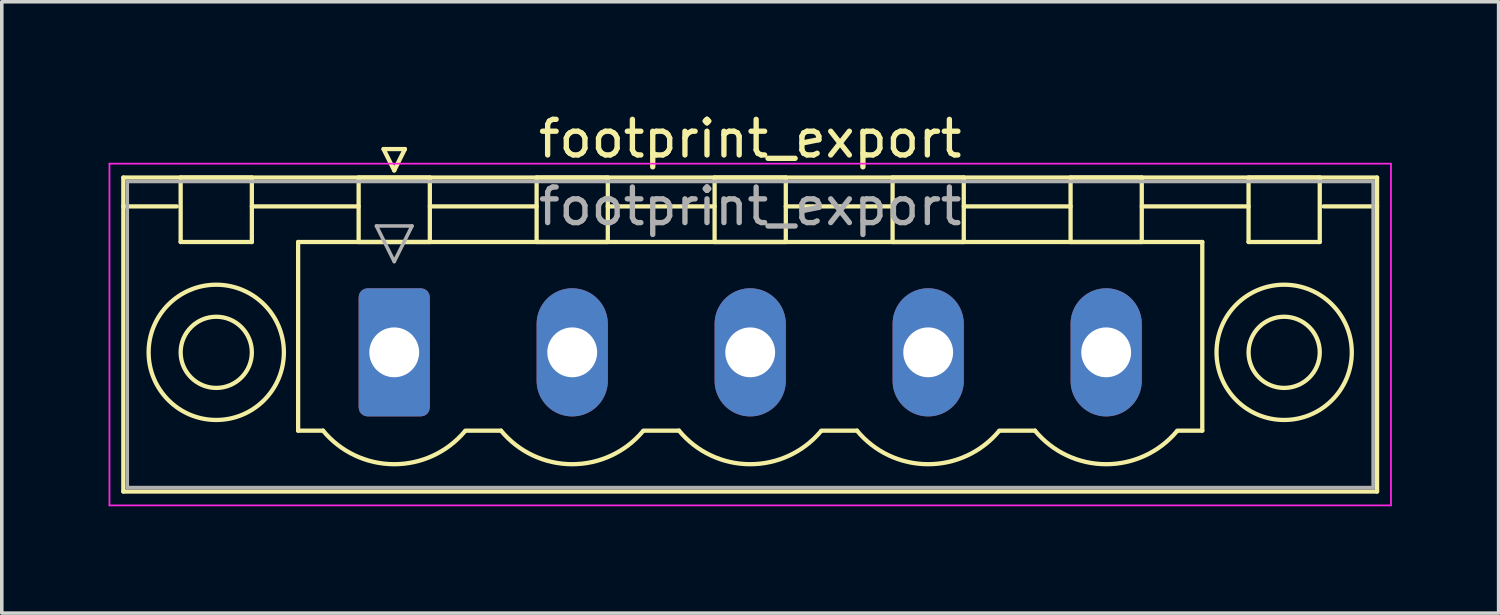
<source format=kicad_pcb>
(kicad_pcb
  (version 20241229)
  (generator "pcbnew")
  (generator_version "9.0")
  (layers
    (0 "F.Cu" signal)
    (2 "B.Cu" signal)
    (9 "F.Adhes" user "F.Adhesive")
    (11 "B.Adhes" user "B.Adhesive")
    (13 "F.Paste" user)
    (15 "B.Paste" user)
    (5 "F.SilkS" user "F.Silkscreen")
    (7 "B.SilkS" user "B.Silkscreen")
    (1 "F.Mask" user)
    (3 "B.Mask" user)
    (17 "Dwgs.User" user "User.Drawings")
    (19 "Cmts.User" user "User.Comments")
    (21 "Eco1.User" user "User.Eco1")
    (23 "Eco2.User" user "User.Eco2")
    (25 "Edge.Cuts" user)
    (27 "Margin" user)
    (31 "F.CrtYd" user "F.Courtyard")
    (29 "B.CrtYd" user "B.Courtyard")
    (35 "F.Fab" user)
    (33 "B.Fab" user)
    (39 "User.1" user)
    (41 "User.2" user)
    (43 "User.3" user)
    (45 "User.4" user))
  (footprint "footprint_export"
    (layer "F.Cu")
    (at 8.025 6.848)
    (property "Reference" "footprint_export" (at 10 -6 0) (layer "F.SilkS") (effects (font (size 1 1) (thickness 0.15))))
    (attr through_hole)
    (fp_line (start -7.61 -4.91) (end -7.61 3.91) (stroke (width 0.12) (type solid)) (layer "F.SilkS"))
    (fp_line (start -7.61 -4.1) (end -6.11 -4.1) (stroke (width 0.12) (type solid)) (layer "F.SilkS"))
    (fp_line (start -7.61 3.91) (end 27.61 3.91) (stroke (width 0.12) (type solid)) (layer "F.SilkS"))
    (fp_line (start -6 -4.91) (end -4 -4.91) (stroke (width 0.12) (type solid)) (layer "F.SilkS"))
    (fp_line (start -6 -3.1) (end -6 -4.91) (stroke (width 0.12) (type solid)) (layer "F.SilkS"))
    (fp_line (start -4 -4.91) (end -4 -3.1) (stroke (width 0.12) (type solid)) (layer "F.SilkS"))
    (fp_line (start -4 -4.1) (end -1 -4.1) (stroke (width 0.12) (type solid)) (layer "F.SilkS"))
    (fp_line (start -4 -3.1) (end -6 -3.1) (stroke (width 0.12) (type solid)) (layer "F.SilkS"))
    (fp_line (start -2.7 -3.1) (end 22.7 -3.1) (stroke (width 0.12) (type solid)) (layer "F.SilkS"))
    (fp_line (start -2.7 2.2) (end -2.7 -3.1) (stroke (width 0.12) (type solid)) (layer "F.SilkS"))
    (fp_line (start -2 2.2) (end -2.7 2.2) (stroke (width 0.12) (type solid)) (layer "F.SilkS"))
    (fp_line (start -1 -4.91) (end 1 -4.91) (stroke (width 0.12) (type solid)) (layer "F.SilkS"))
    (fp_line (start -1 -3.1) (end -1 -4.91) (stroke (width 0.12) (type solid)) (layer "F.SilkS"))
    (fp_line (start -0.3 -5.71) (end 0.3 -5.71) (stroke (width 0.12) (type solid)) (layer "F.SilkS"))
    (fp_line (start 0 -5.11) (end -0.3 -5.71) (stroke (width 0.12) (type solid)) (layer "F.SilkS"))
    (fp_line (start 0.3 -5.71) (end 0 -5.11) (stroke (width 0.12) (type solid)) (layer "F.SilkS"))
    (fp_line (start 1 -4.91) (end 1 -3.1) (stroke (width 0.12) (type solid)) (layer "F.SilkS"))
    (fp_line (start 1 -4.1) (end 4 -4.1) (stroke (width 0.12) (type solid)) (layer "F.SilkS"))
    (fp_line (start 1 -3.1) (end -1 -3.1) (stroke (width 0.12) (type solid)) (layer "F.SilkS"))
    (fp_line (start 2 2.2) (end 3 2.2) (stroke (width 0.12) (type solid)) (layer "F.SilkS"))
    (fp_line (start 4 -4.91) (end 6 -4.91) (stroke (width 0.12) (type solid)) (layer "F.SilkS"))
    (fp_line (start 4 -3.1) (end 4 -4.91) (stroke (width 0.12) (type solid)) (layer "F.SilkS"))
    (fp_line (start 6 -4.91) (end 6 -3.1) (stroke (width 0.12) (type solid)) (layer "F.SilkS"))
    (fp_line (start 6 -4.1) (end 9 -4.1) (stroke (width 0.12) (type solid)) (layer "F.SilkS"))
    (fp_line (start 6 -3.1) (end 4 -3.1) (stroke (width 0.12) (type solid)) (layer "F.SilkS"))
    (fp_line (start 7 2.2) (end 8 2.2) (stroke (width 0.12) (type solid)) (layer "F.SilkS"))
    (fp_line (start 9 -4.91) (end 11 -4.91) (stroke (width 0.12) (type solid)) (layer "F.SilkS"))
    (fp_line (start 9 -3.1) (end 9 -4.91) (stroke (width 0.12) (type solid)) (layer "F.SilkS"))
    (fp_line (start 11 -4.91) (end 11 -3.1) (stroke (width 0.12) (type solid)) (layer "F.SilkS"))
    (fp_line (start 11 -4.1) (end 14 -4.1) (stroke (width 0.12) (type solid)) (layer "F.SilkS"))
    (fp_line (start 11 -3.1) (end 9 -3.1) (stroke (width 0.12) (type solid)) (layer "F.SilkS"))
    (fp_line (start 12 2.2) (end 13 2.2) (stroke (width 0.12) (type solid)) (layer "F.SilkS"))
    (fp_line (start 14 -4.91) (end 16 -4.91) (stroke (width 0.12) (type solid)) (layer "F.SilkS"))
    (fp_line (start 14 -3.1) (end 14 -4.91) (stroke (width 0.12) (type solid)) (layer "F.SilkS"))
    (fp_line (start 16 -4.91) (end 16 -3.1) (stroke (width 0.12) (type solid)) (layer "F.SilkS"))
    (fp_line (start 16 -4.1) (end 19 -4.1) (stroke (width 0.12) (type solid)) (layer "F.SilkS"))
    (fp_line (start 16 -3.1) (end 14 -3.1) (stroke (width 0.12) (type solid)) (layer "F.SilkS"))
    (fp_line (start 17 2.2) (end 18 2.2) (stroke (width 0.12) (type solid)) (layer "F.SilkS"))
    (fp_line (start 19 -4.91) (end 21 -4.91) (stroke (width 0.12) (type solid)) (layer "F.SilkS"))
    (fp_line (start 19 -3.1) (end 19 -4.91) (stroke (width 0.12) (type solid)) (layer "F.SilkS"))
    (fp_line (start 21 -4.91) (end 21 -3.1) (stroke (width 0.12) (type solid)) (layer "F.SilkS"))
    (fp_line (start 21 -4.1) (end 24 -4.1) (stroke (width 0.12) (type solid)) (layer "F.SilkS"))
    (fp_line (start 21 -3.1) (end 19 -3.1) (stroke (width 0.12) (type solid)) (layer "F.SilkS"))
    (fp_line (start 22.7 -3.1) (end 22.7 2.2) (stroke (width 0.12) (type solid)) (layer "F.SilkS"))
    (fp_line (start 22.7 2.2) (end 22 2.2) (stroke (width 0.12) (type solid)) (layer "F.SilkS"))
    (fp_line (start 24 -4.91) (end 26 -4.91) (stroke (width 0.12) (type solid)) (layer "F.SilkS"))
    (fp_line (start 24 -3.1) (end 24 -4.91) (stroke (width 0.12) (type solid)) (layer "F.SilkS"))
    (fp_line (start 26 -4.91) (end 26 -3.1) (stroke (width 0.12) (type solid)) (layer "F.SilkS"))
    (fp_line (start 26 -3.1) (end 24 -3.1) (stroke (width 0.12) (type solid)) (layer "F.SilkS"))
    (fp_line (start 27.61 -4.91) (end -7.61 -4.91) (stroke (width 0.12) (type solid)) (layer "F.SilkS"))
    (fp_line (start 27.61 -4.1) (end 26.11 -4.1) (stroke (width 0.12) (type solid)) (layer "F.SilkS"))
    (fp_line (start 27.61 3.91) (end 27.61 -4.91) (stroke (width 0.12) (type solid)) (layer "F.SilkS"))
    (fp_arc (start 1.986842 2.215821) (mid -0.010289 3.142758) (end -2 2.2) (stroke (width 0.12) (type solid)) (layer "F.SilkS"))
    (fp_arc (start 6.986842 2.215821) (mid 4.989711 3.142758) (end 3 2.2) (stroke (width 0.12) (type solid)) (layer "F.SilkS"))
    (fp_arc (start 11.986842 2.215821) (mid 9.989711 3.142758) (end 8 2.2) (stroke (width 0.12) (type solid)) (layer "F.SilkS"))
    (fp_arc (start 16.986842 2.215821) (mid 14.989711 3.142758) (end 13 2.2) (stroke (width 0.12) (type solid)) (layer "F.SilkS"))
    (fp_arc (start 21.986842 2.215821) (mid 19.989711 3.142758) (end 18 2.2) (stroke (width 0.12) (type solid)) (layer "F.SilkS"))
    (fp_circle (center -5 0) (end -4 0) (stroke (width 0.12) (type solid)) (fill no) (layer "F.SilkS"))
    (fp_circle (center -5 0) (end -3.1 0) (stroke (width 0.12) (type solid)) (fill no) (layer "F.SilkS"))
    (fp_circle (center 25 0) (end 26 0) (stroke (width 0.12) (type solid)) (fill no) (layer "F.SilkS"))
    (fp_circle (center 25 0) (end 26.9 0) (stroke (width 0.12) (type solid)) (fill no) (layer "F.SilkS"))
    (fp_line (start -8 -5.3) (end -8 4.3) (stroke (width 0.05) (type solid)) (layer "F.CrtYd"))
    (fp_line (start -8 4.3) (end 28 4.3) (stroke (width 0.05) (type solid)) (layer "F.CrtYd"))
    (fp_line (start 28 -5.3) (end -8 -5.3) (stroke (width 0.05) (type solid)) (layer "F.CrtYd"))
    (fp_line (start 28 4.3) (end 28 -5.3) (stroke (width 0.05) (type solid)) (layer "F.CrtYd"))
    (fp_line (start -7.5 -4.8) (end -7.5 3.8) (stroke (width 0.1) (type solid)) (layer "F.Fab"))
    (fp_line (start -7.5 3.8) (end 27.5 3.8) (stroke (width 0.1) (type solid)) (layer "F.Fab"))
    (fp_line (start -0.5 -3.55) (end 0.5 -3.55) (stroke (width 0.1) (type solid)) (layer "F.Fab"))
    (fp_line (start 0 -2.55) (end -0.5 -3.55) (stroke (width 0.1) (type solid)) (layer "F.Fab"))
    (fp_line (start 0.5 -3.55) (end 0 -2.55) (stroke (width 0.1) (type solid)) (layer "F.Fab"))
    (fp_line (start 27.5 -4.8) (end -7.5 -4.8) (stroke (width 0.1) (type solid)) (layer "F.Fab"))
    (fp_line (start 27.5 3.8) (end 27.5 -4.8) (stroke (width 0.1) (type solid)) (layer "F.Fab"))
    (fp_text user "${REFERENCE}" (at 10 -4.1 0) (layer "F.Fab") (effects (font (size 1 1) (thickness 0.15))))
    (pad "1" thru_hole roundrect (at 0 0) (size 2 3.6) (drill 1.4) (layers "*.Cu" "*.Mask") (roundrect_rratio 0.125))
    (pad "2" thru_hole oval (at 5 0) (size 2 3.6) (drill 1.4) (layers "*.Cu" "*.Mask"))
    (pad "3" thru_hole oval (at 10 0) (size 2 3.6) (drill 1.4) (layers "*.Cu" "*.Mask"))
    (pad "4" thru_hole oval (at 15 0) (size 2 3.6) (drill 1.4) (layers "*.Cu" "*.Mask"))
    (pad "5" thru_hole oval (at 20 0) (size 2 3.6) (drill 1.4) (layers "*.Cu" "*.Mask")))
  (gr_rect
    (start -3 -3)
    (end 39.05 14.173)
    (stroke (width 0.1) (type default))
    (fill no)
    (layer "Edge.Cuts")))
</source>
